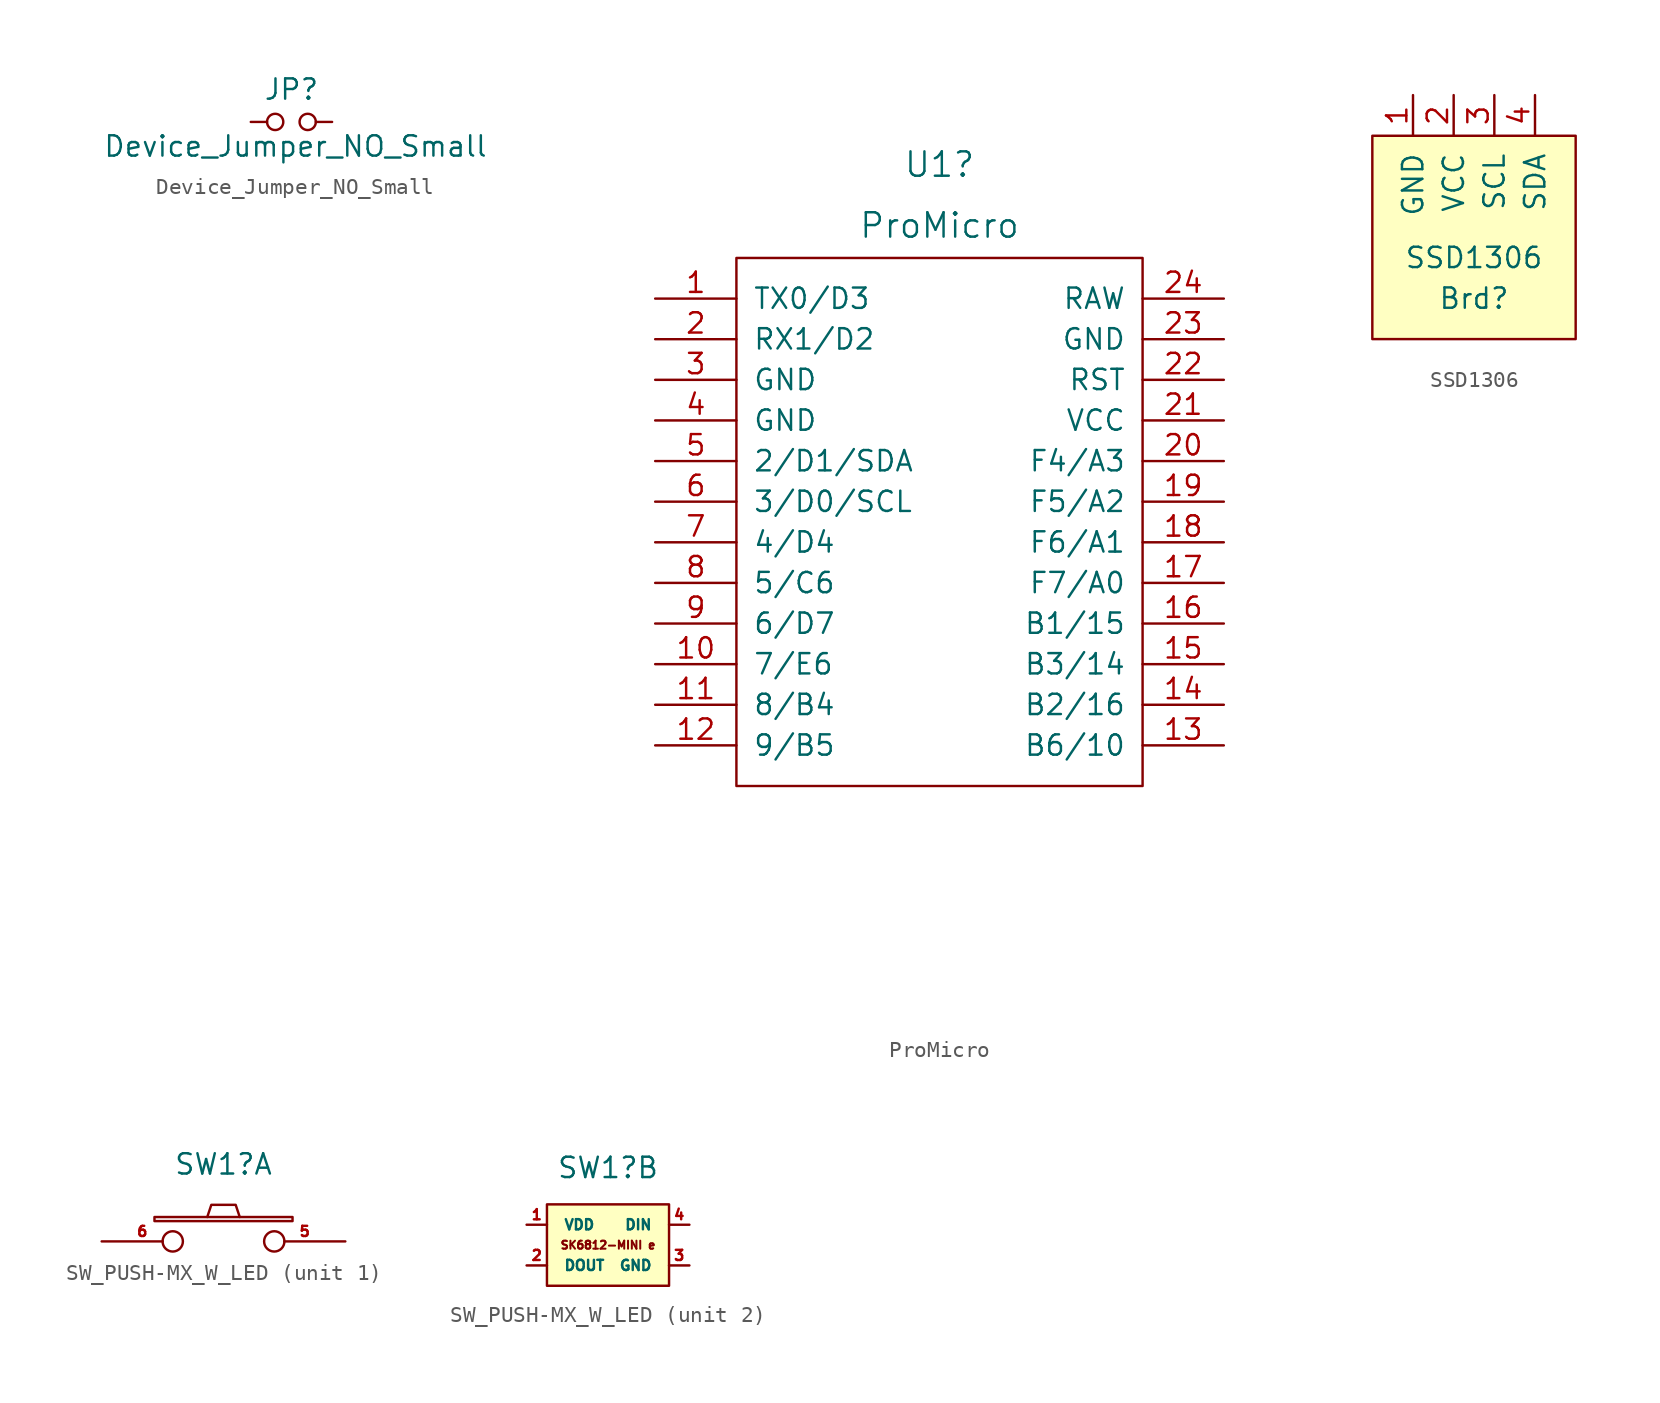
<source format=kicad_sym>
(kicad_symbol_lib
  (version 20220914)
  (generator kicad_symbol_editor)
  (symbol "Device_Jumper_NO_Small"
    (pin_numbers hide)
    (pin_names
      (offset 0.762) hide)
    (property "Reference" "JP"
      (at 0 2.032 0)
      (effects (font (size 1.27 1.27))))
    (property "Value" "Device_Jumper_NO_Small"
      (at 0.254 -1.524 0)
      (effects (font (size 1.27 1.27))))
    (symbol "Device_Jumper_NO_Small_0_1"
      (circle (center -1.016 0) (radius 0.508) (stroke (width 0) (type default)) (fill (type none)))
      (circle (center 1.016 0) (radius 0.508) (stroke (width 0) (type default)) (fill (type none)))
      (pin passive line (at -2.54 0 0) (length 1.016) (name "1" (effects (font (size 1.27 1.27)))) (number "1" (effects (font (size 1.27 1.27)))))
      (pin passive line (at 2.54 0 180) (length 1.016) (name "2" (effects (font (size 1.27 1.27)))) (number "2" (effects (font (size 1.27 1.27)))))))
  (symbol "ProMicro"
    (pin_names
      (offset 1.016))
    (property "Reference" "U1"
      (at 0 22.352 0)
      (effects (font (size 1.524 1.524))))
    (property "Value" "ProMicro"
      (at 0 18.542 0)
      (effects (font (size 1.524 1.524))))
    (property "Datasheet" ""
      (at 2.54 -26.67 0)
      (effects (font (size 1.524 1.524))))
    (symbol "ProMicro_0_1"
      (rectangle (start -12.7 16.51) (end 12.7 -16.51) (stroke (width 0) (type default)) (fill (type none))))
    (symbol "ProMicro_1_1"
      (pin bidirectional line (at -17.78 13.97 0) (length 5.08) (name "TX0/D3" (effects (font (size 1.27 1.27)))) (number "1" (effects (font (size 1.27 1.27)))))
      (pin bidirectional line (at -17.78 -8.89 0) (length 5.08) (name "7/E6" (effects (font (size 1.27 1.27)))) (number "10" (effects (font (size 1.27 1.27)))))
      (pin bidirectional line (at -17.78 -11.43 0) (length 5.08) (name "8/B4" (effects (font (size 1.27 1.27)))) (number "11" (effects (font (size 1.27 1.27)))))
      (pin bidirectional line (at -17.78 -13.97 0) (length 5.08) (name "9/B5" (effects (font (size 1.27 1.27)))) (number "12" (effects (font (size 1.27 1.27)))))
      (pin bidirectional line (at 17.78 -13.97 180) (length 5.08) (name "B6/10" (effects (font (size 1.27 1.27)))) (number "13" (effects (font (size 1.27 1.27)))))
      (pin bidirectional line (at 17.78 -11.43 180) (length 5.08) (name "B2/16" (effects (font (size 1.27 1.27)))) (number "14" (effects (font (size 1.27 1.27)))))
      (pin bidirectional line (at 17.78 -8.89 180) (length 5.08) (name "B3/14" (effects (font (size 1.27 1.27)))) (number "15" (effects (font (size 1.27 1.27)))))
      (pin bidirectional line (at 17.78 -6.35 180) (length 5.08) (name "B1/15" (effects (font (size 1.27 1.27)))) (number "16" (effects (font (size 1.27 1.27)))))
      (pin bidirectional line (at 17.78 -3.81 180) (length 5.08) (name "F7/A0" (effects (font (size 1.27 1.27)))) (number "17" (effects (font (size 1.27 1.27)))))
      (pin bidirectional line (at 17.78 -1.27 180) (length 5.08) (name "F6/A1" (effects (font (size 1.27 1.27)))) (number "18" (effects (font (size 1.27 1.27)))))
      (pin bidirectional line (at 17.78 1.27 180) (length 5.08) (name "F5/A2" (effects (font (size 1.27 1.27)))) (number "19" (effects (font (size 1.27 1.27)))))
      (pin bidirectional line (at -17.78 11.43 0) (length 5.08) (name "RX1/D2" (effects (font (size 1.27 1.27)))) (number "2" (effects (font (size 1.27 1.27)))))
      (pin bidirectional line (at 17.78 3.81 180) (length 5.08) (name "F4/A3" (effects (font (size 1.27 1.27)))) (number "20" (effects (font (size 1.27 1.27)))))
      (pin power_in line (at 17.78 6.35 180) (length 5.08) (name "VCC" (effects (font (size 1.27 1.27)))) (number "21" (effects (font (size 1.27 1.27)))))
      (pin input line (at 17.78 8.89 180) (length 5.08) (name "RST" (effects (font (size 1.27 1.27)))) (number "22" (effects (font (size 1.27 1.27)))))
      (pin power_in line (at 17.78 11.43 180) (length 5.08) (name "GND" (effects (font (size 1.27 1.27)))) (number "23" (effects (font (size 1.27 1.27)))))
      (pin power_out line (at 17.78 13.97 180) (length 5.08) (name "RAW" (effects (font (size 1.27 1.27)))) (number "24" (effects (font (size 1.27 1.27)))))
      (pin power_in line (at -17.78 8.89 0) (length 5.08) (name "GND" (effects (font (size 1.27 1.27)))) (number "3" (effects (font (size 1.27 1.27)))))
      (pin power_in line (at -17.78 6.35 0) (length 5.08) (name "GND" (effects (font (size 1.27 1.27)))) (number "4" (effects (font (size 1.27 1.27)))))
      (pin bidirectional line (at -17.78 3.81 0) (length 5.08) (name "2/D1/SDA" (effects (font (size 1.27 1.27)))) (number "5" (effects (font (size 1.27 1.27)))))
      (pin bidirectional line (at -17.78 1.27 0) (length 5.08) (name "3/D0/SCL" (effects (font (size 1.27 1.27)))) (number "6" (effects (font (size 1.27 1.27)))))
      (pin bidirectional line (at -17.78 -1.27 0) (length 5.08) (name "4/D4" (effects (font (size 1.27 1.27)))) (number "7" (effects (font (size 1.27 1.27)))))
      (pin bidirectional line (at -17.78 -3.81 0) (length 5.08) (name "5/C6" (effects (font (size 1.27 1.27)))) (number "8" (effects (font (size 1.27 1.27)))))
      (pin bidirectional line (at -17.78 -6.35 0) (length 5.08) (name "6/D7" (effects (font (size 1.27 1.27)))) (number "9" (effects (font (size 1.27 1.27)))))))
  (symbol "SSD1306"
    (pin_names
      (offset 1.016))
    (property "Reference" "Brd"
      (at 0 -3.81 0)
      (effects (font (size 1.27 1.27))))
    (property "Value" "SSD1306"
      (at 0 -1.27 0)
      (effects (font (size 1.27 1.27))))
    (symbol "SSD1306_0_1"
      (rectangle (start -6.35 6.35) (end 6.35 -6.35) (stroke (width 0) (type default)) (fill (type background))))
    (symbol "SSD1306_1_1"
      (pin input line (at -3.81 8.89 270) (length 2.54) (name "GND" (effects (font (size 1.27 1.27)))) (number "1" (effects (font (size 1.27 1.27)))))
      (pin input line (at -1.27 8.89 270) (length 2.54) (name "VCC" (effects (font (size 1.27 1.27)))) (number "2" (effects (font (size 1.27 1.27)))))
      (pin input line (at 1.27 8.89 270) (length 2.54) (name "SCL" (effects (font (size 1.27 1.27)))) (number "3" (effects (font (size 1.27 1.27)))))
      (pin input line (at 3.81 8.89 270) (length 2.54) (name "SDA" (effects (font (size 1.27 1.27)))) (number "4" (effects (font (size 1.27 1.27)))))))
  (symbol "SW_PUSH-MX_W_LED"
    (pin_names
      (offset 1.016))
    (property "Reference" "SW1"
      (at 0 4.826 0)
      (effects (font (size 1.27 1.27))))
    (property "ki_locked" ""
      (at 0 0 0)
      (effects (font (size 1.27 1.27))))
    (symbol "SW_PUSH-MX_W_LED_1_1"
      (rectangle (start -4.318 1.27) (end 4.318 1.524) (stroke (width 0) (type default)) (fill (type none)))
      (polyline (pts (xy -1.016 1.524) (xy -0.762 2.286) (xy 0.762 2.286) (xy 1.016 1.524)) (stroke (width 0) (type default)) (fill (type none)))
      (pin passive inverted (at 7.62 0 180) (length 5.08) (name "~" (effects (font (size 0.61 0.61)))) (number "5" (effects (font (size 0.635 0.635)))))
      (pin passive inverted (at -7.62 0 0) (length 5.08) (name "~" (effects (font (size 0.61 0.61)))) (number "6" (effects (font (size 0.635 0.635))))))
    (symbol "SW_PUSH-MX_W_LED_2_0"
      (text "SK6812-MINI e\n" (at 0 0 0) (effects (font (size 0.5 0.5)))))
    (symbol "SW_PUSH-MX_W_LED_2_1"
      (rectangle (start -3.81 2.54) (end 3.81 -2.54) (stroke (width 0) (type default)) (fill (type background)))
      (pin power_in line (at -5.08 1.27 0) (length 1.27) (name "VDD" (effects (font (size 0.635 0.635)))) (number "1" (effects (font (size 0.635 0.635)))))
      (pin output line (at -5.08 -1.27 0) (length 1.27) (name "DOUT" (effects (font (size 0.635 0.635)))) (number "2" (effects (font (size 0.635 0.635)))))
      (pin input line (at 5.08 -1.27 180) (length 1.27) (name "GND" (effects (font (size 0.635 0.635)))) (number "3" (effects (font (size 0.635 0.635)))))
      (pin power_in line (at 5.08 1.27 180) (length 1.27) (name "DIN" (effects (font (size 0.635 0.635)))) (number "4" (effects (font (size 0.635 0.635))))))))
</source>
